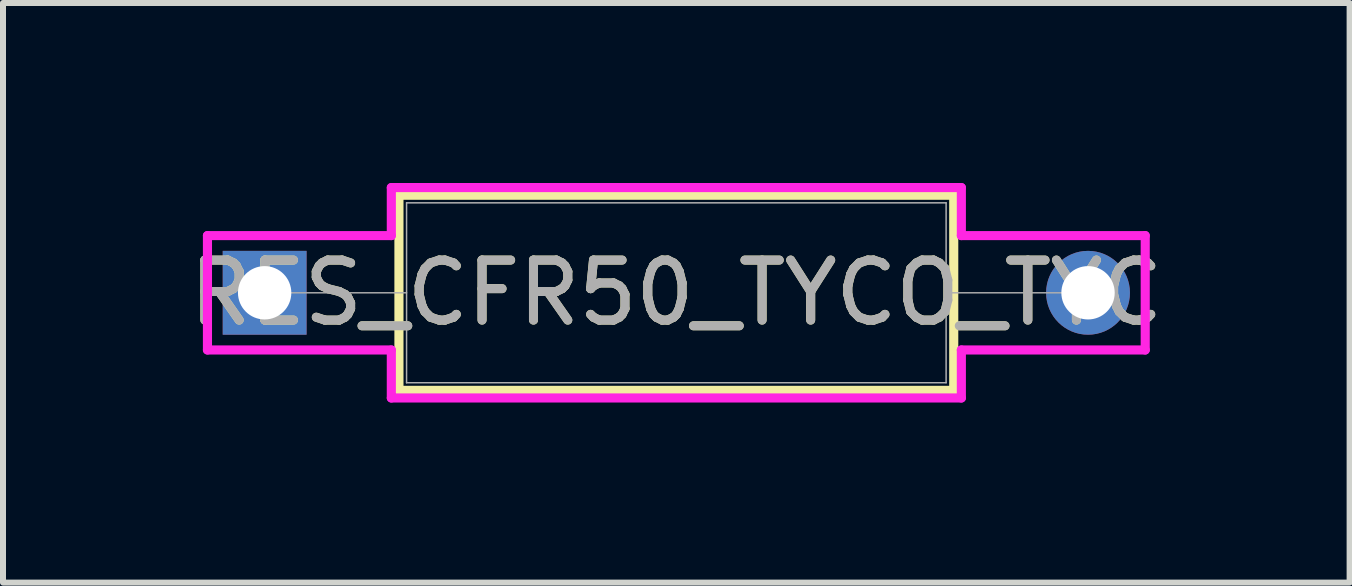
<source format=kicad_pcb>
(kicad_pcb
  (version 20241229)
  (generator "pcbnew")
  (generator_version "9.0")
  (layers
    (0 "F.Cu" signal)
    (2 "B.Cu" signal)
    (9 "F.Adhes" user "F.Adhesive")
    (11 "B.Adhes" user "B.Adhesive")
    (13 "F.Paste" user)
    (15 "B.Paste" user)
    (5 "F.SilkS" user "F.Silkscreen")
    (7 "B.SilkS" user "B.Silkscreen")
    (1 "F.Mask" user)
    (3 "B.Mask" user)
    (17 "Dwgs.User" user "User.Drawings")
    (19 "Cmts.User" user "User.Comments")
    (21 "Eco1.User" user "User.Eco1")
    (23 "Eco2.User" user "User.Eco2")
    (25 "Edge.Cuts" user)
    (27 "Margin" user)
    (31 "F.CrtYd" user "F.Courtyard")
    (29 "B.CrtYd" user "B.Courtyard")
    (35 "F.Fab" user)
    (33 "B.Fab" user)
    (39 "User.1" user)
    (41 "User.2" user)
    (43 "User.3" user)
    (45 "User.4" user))
  (footprint "RES_CFR50_TYCO_TYC"
    (layer "F.Cu")
    (at 1.36 1.829)
    (property "Reference" "RES_CFR50_TYCO_TYC" (at 6.861 0 0) (unlocked yes) (layer "F.SilkS") (effects (font (size 1 1) (thickness 0.15))))
    (attr through_hole)
    (fp_line (start 2.238 -1.626) (end 2.238 1.626) (stroke (width 0.152) (type solid)) (layer "F.SilkS"))
    (fp_line (start 2.238 1.626) (end 11.483 1.626) (stroke (width 0.152) (type solid)) (layer "F.SilkS"))
    (fp_line (start 11.483 -1.626) (end 2.238 -1.626) (stroke (width 0.152) (type solid)) (layer "F.SilkS"))
    (fp_line (start 11.483 1.626) (end 11.483 -1.626) (stroke (width 0.152) (type solid)) (layer "F.SilkS"))
    (fp_line (start -0.953 -0.953) (end 2.111 -0.953) (stroke (width 0.152) (type solid)) (layer "F.CrtYd"))
    (fp_line (start -0.953 0.953) (end -0.953 -0.953) (stroke (width 0.152) (type solid)) (layer "F.CrtYd"))
    (fp_line (start 2.111 -1.753) (end 11.61 -1.753) (stroke (width 0.152) (type solid)) (layer "F.CrtYd"))
    (fp_line (start 2.111 -0.953) (end 2.111 -1.753) (stroke (width 0.152) (type solid)) (layer "F.CrtYd"))
    (fp_line (start 2.111 0.953) (end -0.953 0.953) (stroke (width 0.152) (type solid)) (layer "F.CrtYd"))
    (fp_line (start 2.111 1.753) (end 2.111 0.953) (stroke (width 0.152) (type solid)) (layer "F.CrtYd"))
    (fp_line (start 11.61 -1.753) (end 11.61 -0.953) (stroke (width 0.152) (type solid)) (layer "F.CrtYd"))
    (fp_line (start 11.61 -0.953) (end 14.674 -0.953) (stroke (width 0.152) (type solid)) (layer "F.CrtYd"))
    (fp_line (start 11.61 0.953) (end 11.61 1.753) (stroke (width 0.152) (type solid)) (layer "F.CrtYd"))
    (fp_line (start 11.61 1.753) (end 2.111 1.753) (stroke (width 0.152) (type solid)) (layer "F.CrtYd"))
    (fp_line (start 14.674 -0.953) (end 14.674 0.953) (stroke (width 0.152) (type solid)) (layer "F.CrtYd"))
    (fp_line (start 14.674 0.953) (end 11.61 0.953) (stroke (width 0.152) (type solid)) (layer "F.CrtYd"))
    (fp_line (start 0 0) (end 2.365 0) (stroke (width 0.025) (type solid)) (layer "F.Fab"))
    (fp_line (start 2.365 -1.499) (end 2.365 1.499) (stroke (width 0.025) (type solid)) (layer "F.Fab"))
    (fp_line (start 2.365 1.499) (end 11.356 1.499) (stroke (width 0.025) (type solid)) (layer "F.Fab"))
    (fp_line (start 11.356 -1.499) (end 2.365 -1.499) (stroke (width 0.025) (type solid)) (layer "F.Fab"))
    (fp_line (start 11.356 1.499) (end 11.356 -1.499) (stroke (width 0.025) (type solid)) (layer "F.Fab"))
    (fp_line (start 13.721 0) (end 11.356 0) (stroke (width 0.025) (type solid)) (layer "F.Fab"))
    (fp_text user "${REFERENCE}" (at 6.861 0 0) (unlocked yes) (layer "F.Fab") (effects (font (size 1 1) (thickness 0.15))))
    (pad "1" thru_hole rect (at 0 0) (size 1.397 1.397) (drill 0.889) (layers "*.Cu" "*.Mask"))
    (pad "2" thru_hole circle (at 13.721 0) (size 1.397 1.397) (drill 0.889) (layers "*.Cu" "*.Mask")))
  (gr_rect
    (start -3 -3)
    (end 19.44 6.658)
    (stroke (width 0.1) (type default))
    (fill no)
    (layer "Edge.Cuts")))
</source>
